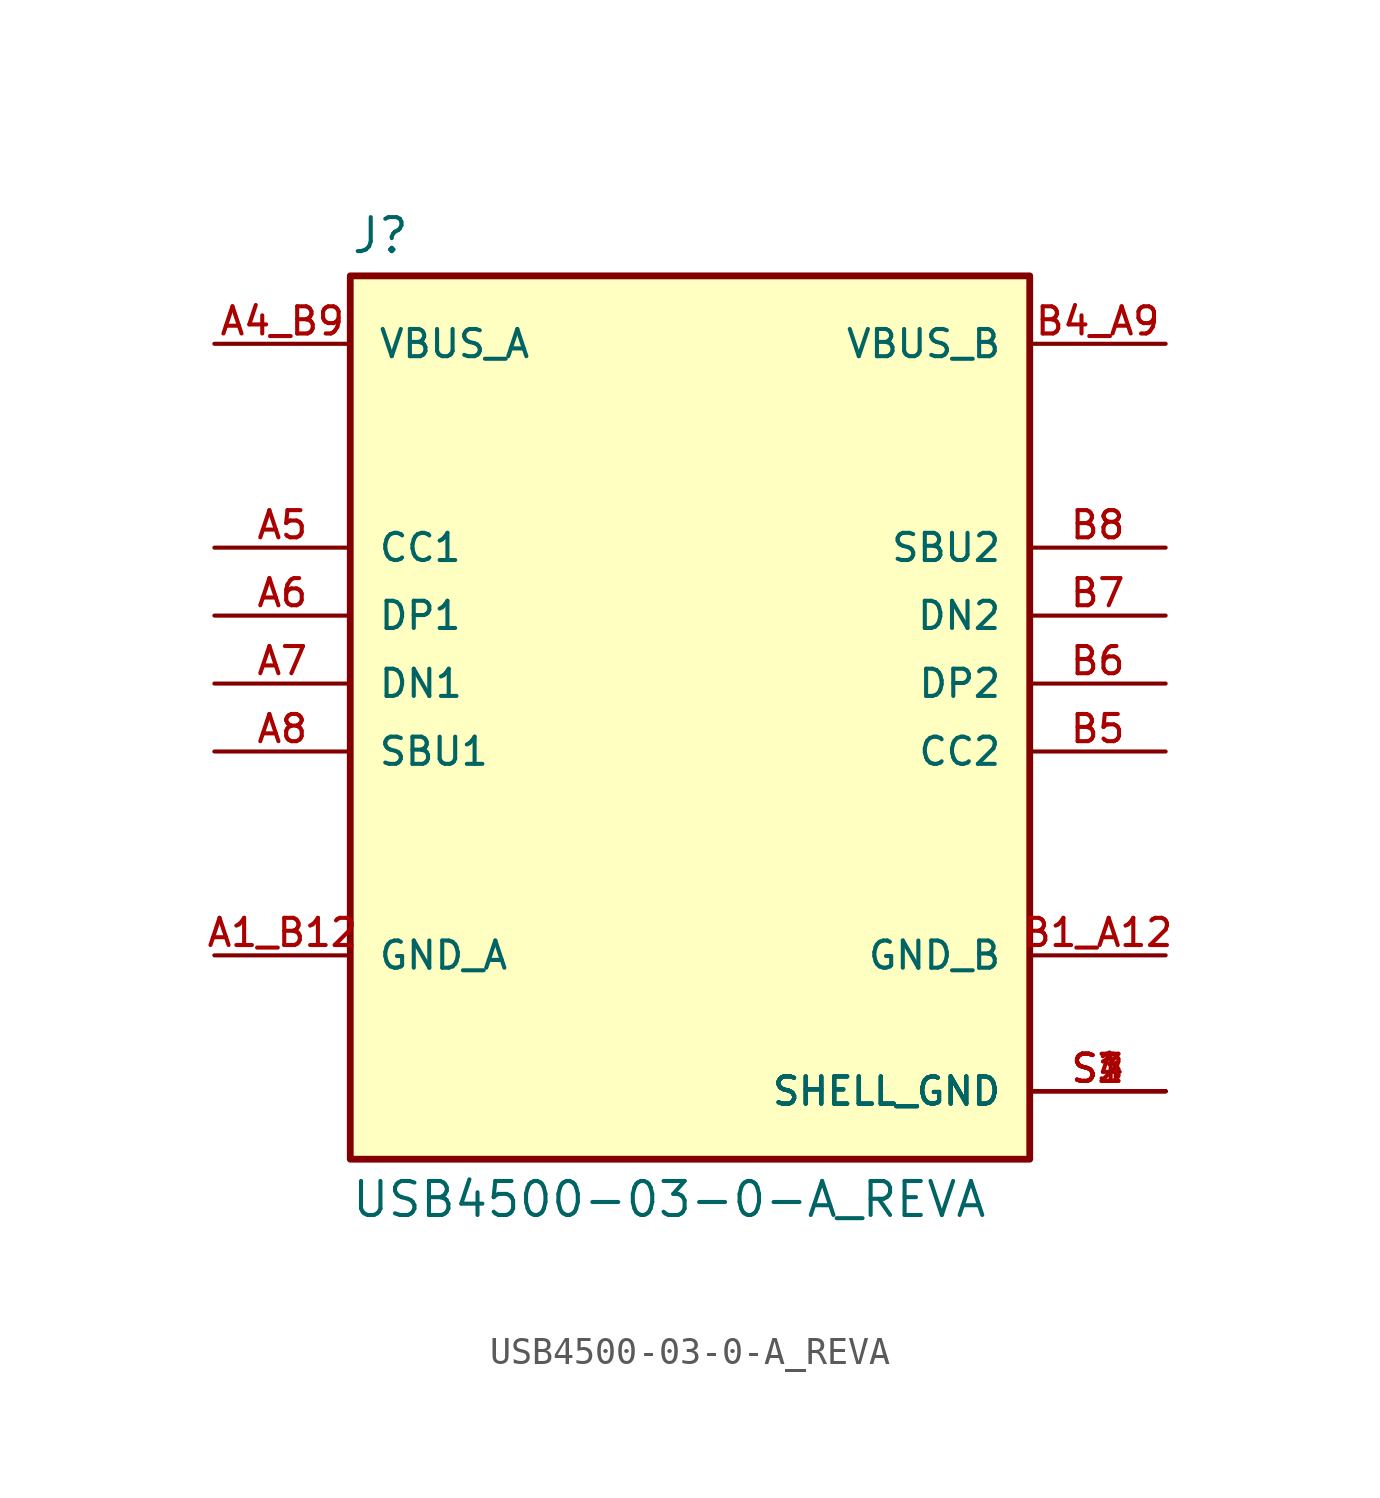
<source format=kicad_sym>
(kicad_symbol_lib
  (version 20211014)
  (generator kicad_symbol_editor)
  (symbol "USB4500-03-0-A_REVA"
    (pin_names
      (offset 1.016))
    (property "Reference" "J"
      (at -12.7 16.002 0)
      (effects (font (size 1.27 1.27)) (justify bottom left)))
    (property "Value" "USB4500-03-0-A_REVA"
      (at -12.7 -18.542 0.0)
      (effects (font (size 1.27 1.27)) (justify top left)))
    (symbol "USB4500-03-0-A_REVA_0_0"
      (rectangle (start -12.7 -17.78) (end 12.7 15.24) (stroke (width 0.254)) (fill (type background)))
      (pin power_in line (at -17.78 -10.16 0) (length 5.08) (name "GND_A" (effects (font (size 1.016 1.016)))) (number "A1_B12" (effects (font (size 1.016 1.016)))))
      (pin power_in line (at -17.78 12.7 0) (length 5.08) (name "VBUS_A" (effects (font (size 1.016 1.016)))) (number "A4_B9" (effects (font (size 1.016 1.016)))))
      (pin bidirectional line (at -17.78 2.54 0) (length 5.08) (name "DP1" (effects (font (size 1.016 1.016)))) (number "A6" (effects (font (size 1.016 1.016)))))
      (pin bidirectional line (at -17.78 5.08 0) (length 5.08) (name "CC1" (effects (font (size 1.016 1.016)))) (number "A5" (effects (font (size 1.016 1.016)))))
      (pin bidirectional line (at -17.78 -2.54 0) (length 5.08) (name "SBU1" (effects (font (size 1.016 1.016)))) (number "A8" (effects (font (size 1.016 1.016)))))
      (pin bidirectional line (at -17.78 0.0 0) (length 5.08) (name "DN1" (effects (font (size 1.016 1.016)))) (number "A7" (effects (font (size 1.016 1.016)))))
      (pin power_in line (at 17.78 -15.24 180.0) (length 5.08) (name "SHELL_GND" (effects (font (size 1.016 1.016)))) (number "S1" (effects (font (size 1.016 1.016)))))
      (pin power_in line (at 17.78 -15.24 180.0) (length 5.08) (name "SHELL_GND" (effects (font (size 1.016 1.016)))) (number "S2" (effects (font (size 1.016 1.016)))))
      (pin power_in line (at 17.78 -15.24 180.0) (length 5.08) (name "SHELL_GND" (effects (font (size 1.016 1.016)))) (number "S3" (effects (font (size 1.016 1.016)))))
      (pin power_in line (at 17.78 -15.24 180.0) (length 5.08) (name "SHELL_GND" (effects (font (size 1.016 1.016)))) (number "S4" (effects (font (size 1.016 1.016)))))
      (pin power_in line (at 17.78 -10.16 180.0) (length 5.08) (name "GND_B" (effects (font (size 1.016 1.016)))) (number "B1_A12" (effects (font (size 1.016 1.016)))))
      (pin power_in line (at 17.78 12.7 180.0) (length 5.08) (name "VBUS_B" (effects (font (size 1.016 1.016)))) (number "B4_A9" (effects (font (size 1.016 1.016)))))
      (pin bidirectional line (at 17.78 0.0 180.0) (length 5.08) (name "DP2" (effects (font (size 1.016 1.016)))) (number "B6" (effects (font (size 1.016 1.016)))))
      (pin bidirectional line (at 17.78 -2.54 180.0) (length 5.08) (name "CC2" (effects (font (size 1.016 1.016)))) (number "B5" (effects (font (size 1.016 1.016)))))
      (pin bidirectional line (at 17.78 5.08 180.0) (length 5.08) (name "SBU2" (effects (font (size 1.016 1.016)))) (number "B8" (effects (font (size 1.016 1.016)))))
      (pin bidirectional line (at 17.78 2.54 180.0) (length 5.08) (name "DN2" (effects (font (size 1.016 1.016)))) (number "B7" (effects (font (size 1.016 1.016))))))))
</source>
